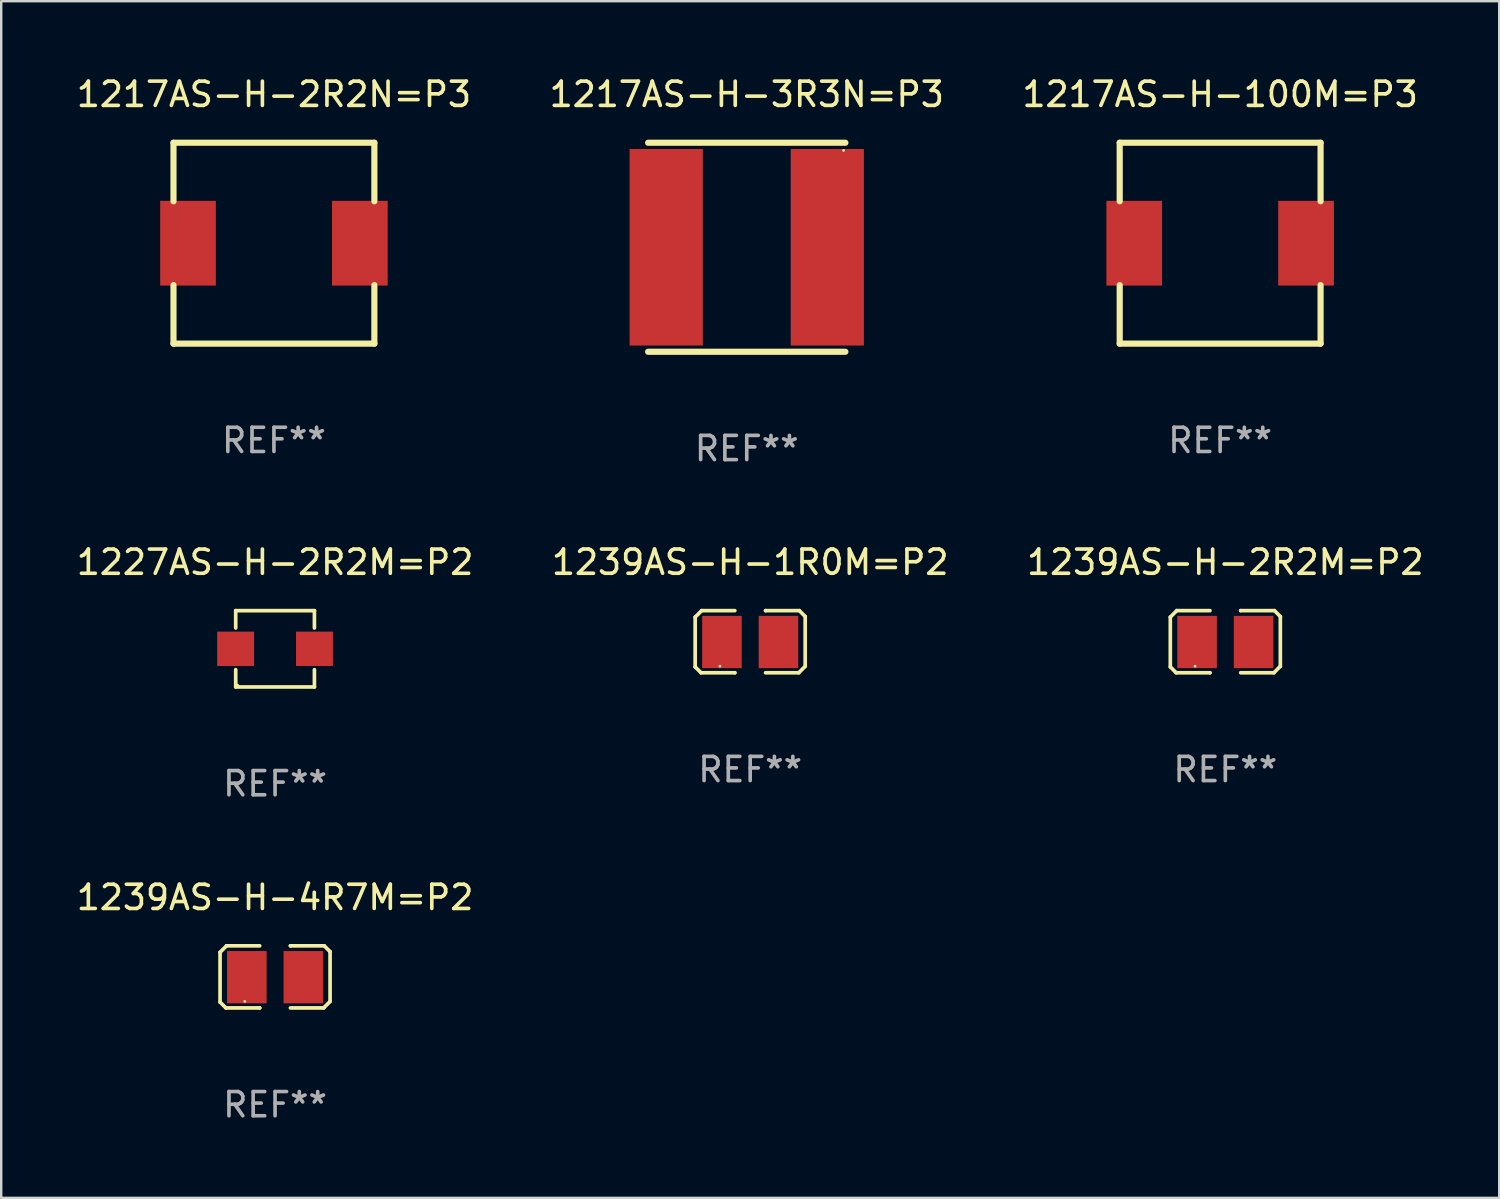
<source format=kicad_pcb>
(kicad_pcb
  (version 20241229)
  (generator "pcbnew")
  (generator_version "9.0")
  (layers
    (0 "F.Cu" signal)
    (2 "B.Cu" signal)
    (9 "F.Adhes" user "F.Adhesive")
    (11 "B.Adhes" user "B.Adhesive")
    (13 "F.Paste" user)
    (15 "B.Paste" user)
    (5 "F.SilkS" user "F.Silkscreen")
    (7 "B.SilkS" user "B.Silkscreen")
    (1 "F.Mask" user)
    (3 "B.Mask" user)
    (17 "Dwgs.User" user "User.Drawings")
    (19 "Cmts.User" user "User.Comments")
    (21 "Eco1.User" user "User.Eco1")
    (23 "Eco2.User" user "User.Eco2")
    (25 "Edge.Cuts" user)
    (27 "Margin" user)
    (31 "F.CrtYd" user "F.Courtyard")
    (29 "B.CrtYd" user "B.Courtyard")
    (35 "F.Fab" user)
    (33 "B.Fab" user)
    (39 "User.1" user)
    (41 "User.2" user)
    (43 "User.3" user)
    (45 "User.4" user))
  (footprint "1239AS-H-2R2M=P2"
    (layer "F.Cu")
    (at 47.577 23.463)
    (property "Reference" "1239AS-H-2R2M=P2" (at 0 -3.283 0) (layer "F.SilkS") (effects (font (size 1 1) (thickness 0.15))))
    (attr through_hole)
    (fp_line (start -2.273 -1.016) (end -2.007 -1.283) (stroke (width 0.152) (type solid)) (layer "F.SilkS"))
    (fp_line (start -2.273 1.041) (end -2.273 -1.016) (stroke (width 0.152) (type solid)) (layer "F.SilkS"))
    (fp_line (start -2.032 1.283) (end -2.273 1.041) (stroke (width 0.152) (type solid)) (layer "F.SilkS"))
    (fp_line (start -2.007 -1.283) (end -0.635 -1.283) (stroke (width 0.152) (type solid)) (layer "F.SilkS"))
    (fp_line (start -0.635 1.283) (end -2.032 1.283) (stroke (width 0.152) (type solid)) (layer "F.SilkS"))
    (fp_line (start -0.635 1.283) (end -0.635 1.283) (stroke (width 0.152) (type solid)) (layer "F.SilkS"))
    (fp_line (start 0.635 -1.283) (end 0.635 -1.283) (stroke (width 0.152) (type solid)) (layer "F.SilkS"))
    (fp_line (start 0.635 -1.283) (end 2.032 -1.283) (stroke (width 0.152) (type solid)) (layer "F.SilkS"))
    (fp_line (start 2.007 1.283) (end 0.635 1.283) (stroke (width 0.152) (type solid)) (layer "F.SilkS"))
    (fp_line (start 2.032 -1.283) (end 2.273 -1.041) (stroke (width 0.152) (type solid)) (layer "F.SilkS"))
    (fp_line (start 2.273 -1.041) (end 2.273 1.016) (stroke (width 0.152) (type solid)) (layer "F.SilkS"))
    (fp_line (start 2.273 1.016) (end 2.007 1.283) (stroke (width 0.152) (type solid)) (layer "F.SilkS"))
    (fp_circle (center -1.25 1.013) (end -1.22 1.013) (stroke (width 0.06) (type solid)) (fill no) (layer "F.SilkS"))
    (fp_text user "REF**" (at 0 5.283 0) (layer "F.Fab") (effects (font (size 1 1) (thickness 0.15))))
    (pad "1" smd rect (at -1.167 0.013) (size 1.635 2.16) (layers "F.Cu" "F.Mask" "F.Paste"))
    (pad "2" smd rect (at 1.168 0.013) (size 1.635 2.16) (layers "F.Cu" "F.Mask" "F.Paste")))
  (footprint "1217AS-H-3R3N=P3"
    (layer "F.Cu")
    (at 27.804 7.166)
    (property "Reference" "1217AS-H-3R3N=P3" (at 0 -6.318 0) (layer "F.SilkS") (effects (font (size 1 1) (thickness 0.15))))
    (attr through_hole)
    (fp_line (start -4.076 -4.318) (end 4.076 -4.318) (stroke (width 0.254) (type solid)) (layer "F.SilkS"))
    (fp_line (start -4.076 4.318) (end 4.076 4.318) (stroke (width 0.254) (type solid)) (layer "F.SilkS"))
    (fp_circle (center 4 -4) (end 4.03 -4) (stroke (width 0.06) (type solid)) (fill no) (layer "F.SilkS"))
    (fp_text user "REF**" (at 0 8.318 0) (layer "F.Fab") (effects (font (size 1 1) (thickness 0.15))))
    (pad "1" smd rect (at 3.328 0) (size 3.024 8.12) (layers "F.Cu" "F.Mask" "F.Paste"))
    (pad "2" smd rect (at -3.328 0) (size 3.024 8.12) (layers "F.Cu" "F.Mask" "F.Paste")))
  (footprint "1217AS-H-2R2N=P3"
    (layer "F.Cu")
    (at 8.268 6.998)
    (property "Reference" "1217AS-H-2R2N=P3" (at 0 -6.15 0) (layer "F.SilkS") (effects (font (size 1 1) (thickness 0.15))))
    (attr through_hole)
    (fp_line (start -4.15 -4.15) (end -4.15 -1.731) (stroke (width 0.254) (type solid)) (layer "F.SilkS"))
    (fp_line (start -4.15 -4.15) (end 4.15 -4.15) (stroke (width 0.254) (type solid)) (layer "F.SilkS"))
    (fp_line (start -4.15 1.731) (end -4.15 4.15) (stroke (width 0.254) (type solid)) (layer "F.SilkS"))
    (fp_line (start 4.15 -4.15) (end 4.15 -1.731) (stroke (width 0.254) (type solid)) (layer "F.SilkS"))
    (fp_line (start 4.15 1.731) (end 4.15 4.15) (stroke (width 0.254) (type solid)) (layer "F.SilkS"))
    (fp_line (start 4.15 4.15) (end -4.15 4.15) (stroke (width 0.254) (type solid)) (layer "F.SilkS"))
    (fp_circle (center -4.15 4.15) (end -4.12 4.15) (stroke (width 0.06) (type solid)) (fill no) (layer "F.SilkS"))
    (fp_text user "REF**" (at 0 8.15 0) (layer "F.Fab") (effects (font (size 1 1) (thickness 0.15))))
    (pad "1" smd rect (at -3.55 0) (size 2.3 3.5) (layers "F.Cu" "F.Mask" "F.Paste"))
    (pad "2" smd rect (at 3.55 0) (size 2.3 3.5) (layers "F.Cu" "F.Mask" "F.Paste")))
  (footprint "1227AS-H-2R2M=P2"
    (layer "F.Cu")
    (at 8.315 23.757)
    (property "Reference" "1227AS-H-2R2M=P2" (at 0 -3.576 0) (layer "F.SilkS") (effects (font (size 1 1) (thickness 0.15))))
    (attr through_hole)
    (fp_line (start -1.626 -1.576) (end 1.626 -1.576) (stroke (width 0.152) (type solid)) (layer "F.SilkS"))
    (fp_line (start -1.626 -0.862) (end -1.626 -1.576) (stroke (width 0.152) (type solid)) (layer "F.SilkS"))
    (fp_line (start -1.626 0.862) (end -1.626 1.576) (stroke (width 0.152) (type solid)) (layer "F.SilkS"))
    (fp_line (start -1.626 1.576) (end 1.626 1.576) (stroke (width 0.152) (type solid)) (layer "F.SilkS"))
    (fp_line (start 1.626 -1.576) (end 1.626 -0.862) (stroke (width 0.152) (type solid)) (layer "F.SilkS"))
    (fp_line (start 1.626 1.576) (end 1.626 0.862) (stroke (width 0.152) (type solid)) (layer "F.SilkS"))
    (fp_circle (center -1.55 1.5) (end -1.52 1.5) (stroke (width 0.06) (type solid)) (fill no) (layer "F.SilkS"))
    (fp_text user "REF**" (at 0 5.576 0) (layer "F.Fab") (effects (font (size 1 1) (thickness 0.15))))
    (pad "1" smd rect (at 1.628 0) (size 1.524 1.42) (layers "F.Cu" "F.Mask" "F.Paste"))
    (pad "2" smd rect (at -1.628 0) (size 1.524 1.42) (layers "F.Cu" "F.Mask" "F.Paste")))
  (footprint "1239AS-H-1R0M=P2"
    (layer "F.Cu")
    (at 27.946 23.463)
    (property "Reference" "1239AS-H-1R0M=P2" (at 0 -3.283 0) (layer "F.SilkS") (effects (font (size 1 1) (thickness 0.15))))
    (attr through_hole)
    (fp_line (start -2.273 -1.016) (end -2.007 -1.283) (stroke (width 0.152) (type solid)) (layer "F.SilkS"))
    (fp_line (start -2.273 1.041) (end -2.273 -1.016) (stroke (width 0.152) (type solid)) (layer "F.SilkS"))
    (fp_line (start -2.032 1.283) (end -2.273 1.041) (stroke (width 0.152) (type solid)) (layer "F.SilkS"))
    (fp_line (start -2.007 -1.283) (end -0.635 -1.283) (stroke (width 0.152) (type solid)) (layer "F.SilkS"))
    (fp_line (start -0.635 1.283) (end -2.032 1.283) (stroke (width 0.152) (type solid)) (layer "F.SilkS"))
    (fp_line (start -0.635 1.283) (end -0.635 1.283) (stroke (width 0.152) (type solid)) (layer "F.SilkS"))
    (fp_line (start 0.635 -1.283) (end 0.635 -1.283) (stroke (width 0.152) (type solid)) (layer "F.SilkS"))
    (fp_line (start 0.635 -1.283) (end 2.032 -1.283) (stroke (width 0.152) (type solid)) (layer "F.SilkS"))
    (fp_line (start 2.007 1.283) (end 0.635 1.283) (stroke (width 0.152) (type solid)) (layer "F.SilkS"))
    (fp_line (start 2.032 -1.283) (end 2.273 -1.041) (stroke (width 0.152) (type solid)) (layer "F.SilkS"))
    (fp_line (start 2.273 -1.041) (end 2.273 1.016) (stroke (width 0.152) (type solid)) (layer "F.SilkS"))
    (fp_line (start 2.273 1.016) (end 2.007 1.283) (stroke (width 0.152) (type solid)) (layer "F.SilkS"))
    (fp_circle (center -1.25 1.013) (end -1.22 1.013) (stroke (width 0.06) (type solid)) (fill no) (layer "F.SilkS"))
    (fp_text user "REF**" (at 0 5.283 0) (layer "F.Fab") (effects (font (size 1 1) (thickness 0.15))))
    (pad "1" smd rect (at -1.167 0.013) (size 1.635 2.16) (layers "F.Cu" "F.Mask" "F.Paste"))
    (pad "2" smd rect (at 1.168 0.013) (size 1.635 2.16) (layers "F.Cu" "F.Mask" "F.Paste")))
  (footprint "1217AS-H-100M=P3"
    (layer "F.Cu")
    (at 47.363 6.998)
    (property "Reference" "1217AS-H-100M=P3" (at 0 -6.15 0) (layer "F.SilkS") (effects (font (size 1 1) (thickness 0.15))))
    (attr through_hole)
    (fp_line (start -4.15 -4.15) (end -4.15 -1.731) (stroke (width 0.254) (type solid)) (layer "F.SilkS"))
    (fp_line (start -4.15 -4.15) (end 4.15 -4.15) (stroke (width 0.254) (type solid)) (layer "F.SilkS"))
    (fp_line (start -4.15 1.731) (end -4.15 4.15) (stroke (width 0.254) (type solid)) (layer "F.SilkS"))
    (fp_line (start 4.15 -4.15) (end 4.15 -1.731) (stroke (width 0.254) (type solid)) (layer "F.SilkS"))
    (fp_line (start 4.15 1.731) (end 4.15 4.15) (stroke (width 0.254) (type solid)) (layer "F.SilkS"))
    (fp_line (start 4.15 4.15) (end -4.15 4.15) (stroke (width 0.254) (type solid)) (layer "F.SilkS"))
    (fp_circle (center -4.15 4.15) (end -4.12 4.15) (stroke (width 0.06) (type solid)) (fill no) (layer "F.SilkS"))
    (fp_text user "REF**" (at 0 8.15 0) (layer "F.Fab") (effects (font (size 1 1) (thickness 0.15))))
    (pad "1" smd rect (at -3.55 0) (size 2.3 3.5) (layers "F.Cu" "F.Mask" "F.Paste"))
    (pad "2" smd rect (at 3.55 0) (size 2.3 3.5) (layers "F.Cu" "F.Mask" "F.Paste")))
  (footprint "1239AS-H-4R7M=P2"
    (layer "F.Cu")
    (at 8.315 37.312)
    (property "Reference" "1239AS-H-4R7M=P2" (at 0 -3.283 0) (layer "F.SilkS") (effects (font (size 1 1) (thickness 0.15))))
    (attr through_hole)
    (fp_line (start -2.273 -1.016) (end -2.007 -1.283) (stroke (width 0.152) (type solid)) (layer "F.SilkS"))
    (fp_line (start -2.273 1.041) (end -2.273 -1.016) (stroke (width 0.152) (type solid)) (layer "F.SilkS"))
    (fp_line (start -2.032 1.283) (end -2.273 1.041) (stroke (width 0.152) (type solid)) (layer "F.SilkS"))
    (fp_line (start -2.007 -1.283) (end -0.635 -1.283) (stroke (width 0.152) (type solid)) (layer "F.SilkS"))
    (fp_line (start -0.635 1.283) (end -2.032 1.283) (stroke (width 0.152) (type solid)) (layer "F.SilkS"))
    (fp_line (start -0.635 1.283) (end -0.635 1.283) (stroke (width 0.152) (type solid)) (layer "F.SilkS"))
    (fp_line (start 0.635 -1.283) (end 0.635 -1.283) (stroke (width 0.152) (type solid)) (layer "F.SilkS"))
    (fp_line (start 0.635 -1.283) (end 2.032 -1.283) (stroke (width 0.152) (type solid)) (layer "F.SilkS"))
    (fp_line (start 2.007 1.283) (end 0.635 1.283) (stroke (width 0.152) (type solid)) (layer "F.SilkS"))
    (fp_line (start 2.032 -1.283) (end 2.273 -1.041) (stroke (width 0.152) (type solid)) (layer "F.SilkS"))
    (fp_line (start 2.273 -1.041) (end 2.273 1.016) (stroke (width 0.152) (type solid)) (layer "F.SilkS"))
    (fp_line (start 2.273 1.016) (end 2.007 1.283) (stroke (width 0.152) (type solid)) (layer "F.SilkS"))
    (fp_circle (center -1.25 1.013) (end -1.22 1.013) (stroke (width 0.06) (type solid)) (fill no) (layer "F.SilkS"))
    (fp_text user "REF**" (at 0 5.283 0) (layer "F.Fab") (effects (font (size 1 1) (thickness 0.15))))
    (pad "1" smd rect (at -1.167 0.013) (size 1.635 2.16) (layers "F.Cu" "F.Mask" "F.Paste"))
    (pad "2" smd rect (at 1.168 0.013) (size 1.635 2.16) (layers "F.Cu" "F.Mask" "F.Paste")))
  (gr_rect
    (start -3 -3)
    (end 58.893 46.443)
    (stroke (width 0.1) (type default))
    (fill no)
    (layer "Edge.Cuts")))
</source>
